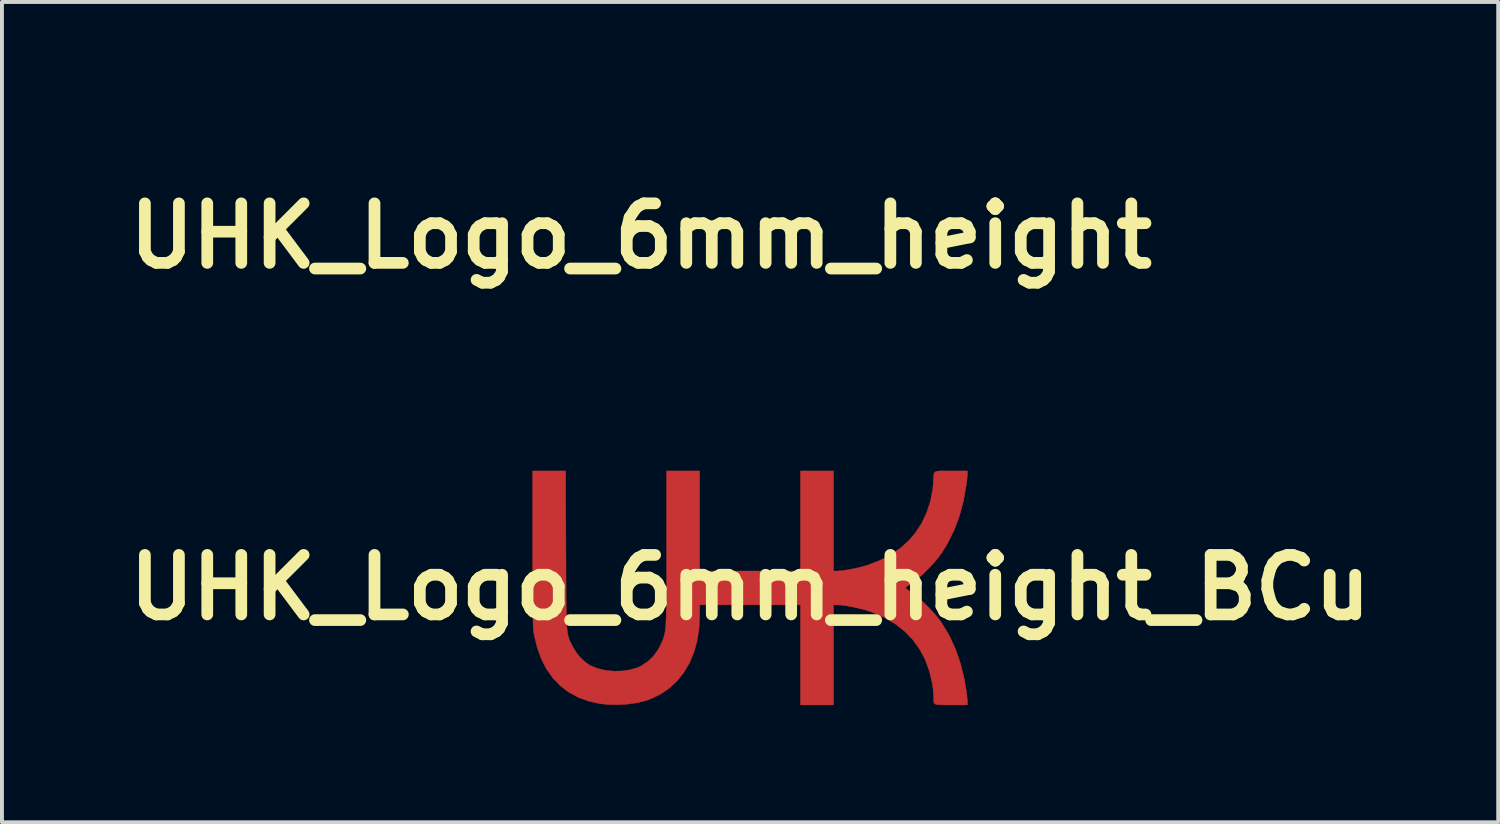
<source format=kicad_pcb>
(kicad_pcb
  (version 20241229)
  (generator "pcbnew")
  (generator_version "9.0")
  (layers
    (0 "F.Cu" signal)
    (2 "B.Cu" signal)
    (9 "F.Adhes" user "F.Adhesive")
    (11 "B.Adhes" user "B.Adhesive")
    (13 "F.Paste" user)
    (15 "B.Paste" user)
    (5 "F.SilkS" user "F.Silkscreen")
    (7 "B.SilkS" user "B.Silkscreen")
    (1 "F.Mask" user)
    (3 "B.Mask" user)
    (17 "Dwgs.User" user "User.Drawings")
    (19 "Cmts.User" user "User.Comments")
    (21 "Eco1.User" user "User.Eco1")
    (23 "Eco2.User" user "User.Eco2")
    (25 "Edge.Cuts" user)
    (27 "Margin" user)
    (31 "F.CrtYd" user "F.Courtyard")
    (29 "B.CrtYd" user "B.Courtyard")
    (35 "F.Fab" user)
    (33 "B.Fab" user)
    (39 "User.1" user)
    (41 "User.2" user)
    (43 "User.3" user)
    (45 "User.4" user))
  (footprint "UHK_Logo_6mm_height_BCu"
    (layer "F.Cu")
    (at 16.154 11.992)
    (property "Reference" "UHK_Logo_6mm_height_BCu" (at 0 0 0) (layer "F.SilkS") (effects (font (size 1.524 1.524) (thickness 0.3))))
    (attr through_hole)
    (fp_poly (pts (xy 5.022 -2.985) (xy 5.144 -2.985) (xy 5.567 -2.985) (xy 5.566 -2.916) (xy 5.563 -2.866) (xy 5.556 -2.786) (xy 5.545 -2.69) (xy 5.536 -2.625) (xy 5.464 -2.215) (xy 5.361 -1.832) (xy 5.227 -1.472) (xy 5.059 -1.133) (xy 4.909 -0.888) (xy 4.817 -0.763) (xy 4.701 -0.625) (xy 4.571 -0.485) (xy 4.435 -0.351) (xy 4.301 -0.231) (xy 4.18 -0.136) (xy 4.149 -0.115) (xy 4.077 -0.067) (xy 4.02 -0.027) (xy 3.985 -0.002) (xy 3.979 0.004) (xy 3.991 0.02) (xy 4.032 0.053) (xy 4.093 0.098) (xy 4.138 0.129) (xy 4.253 0.214) (xy 4.383 0.326) (xy 4.519 0.456) (xy 4.653 0.594) (xy 4.774 0.731) (xy 4.875 0.859) (xy 4.903 0.9) (xy 5.1 1.228) (xy 5.264 1.582) (xy 5.394 1.963) (xy 5.491 2.368) (xy 5.536 2.646) (xy 5.549 2.746) (xy 5.559 2.838) (xy 5.565 2.908) (xy 5.566 2.937) (xy 5.567 3.006) (xy 5.146 3.006) (xy 4.997 3.006) (xy 4.886 3.005) (xy 4.806 3.001) (xy 4.753 2.99) (xy 4.721 2.971) (xy 4.704 2.941) (xy 4.699 2.897) (xy 4.699 2.837) (xy 4.699 2.795) (xy 4.695 2.704) (xy 4.685 2.592) (xy 4.67 2.482) (xy 4.667 2.463) (xy 4.592 2.144) (xy 4.484 1.849) (xy 4.342 1.581) (xy 4.168 1.338) (xy 3.96 1.123) (xy 3.721 0.934) (xy 3.45 0.774) (xy 3.147 0.641) (xy 3.029 0.6) (xy 2.901 0.562) (xy 2.756 0.526) (xy 2.606 0.494) (xy 2.461 0.468) (xy 2.334 0.451) (xy 2.235 0.445) (xy 2.231 0.445) (xy 2.138 0.445) (xy 2.138 3.006) (xy 1.291 3.006) (xy 1.291 0.445) (xy -1.291 0.445) (xy -1.291 0.738) (xy -1.308 1.068) (xy -1.358 1.379) (xy -1.44 1.668) (xy -1.552 1.934) (xy -1.694 2.174) (xy -1.864 2.388) (xy -2.061 2.572) (xy -2.284 2.726) (xy -2.531 2.847) (xy -2.678 2.899) (xy -2.899 2.953) (xy -3.144 2.988) (xy -3.4 3.002) (xy -3.651 2.996) (xy -3.842 2.975) (xy -4.135 2.91) (xy -4.402 2.811) (xy -4.644 2.679) (xy -4.86 2.515) (xy -5.049 2.318) (xy -5.211 2.089) (xy -5.344 1.83) (xy -5.45 1.539) (xy -5.527 1.219) (xy -5.534 1.177) (xy -5.54 1.14) (xy -5.545 1.094) (xy -5.549 1.039) (xy -5.553 0.97) (xy -5.556 0.885) (xy -5.559 0.782) (xy -5.561 0.657) (xy -5.563 0.509) (xy -5.564 0.334) (xy -5.565 0.13) (xy -5.566 -0.106) (xy -5.567 -0.376) (xy -5.567 -0.684) (xy -5.567 -0.998) (xy -5.567 -2.985) (xy -4.722 -2.985) (xy -4.715 -0.968) (xy -4.713 -0.621) (xy -4.712 -0.314) (xy -4.711 -0.043) (xy -4.71 0.193) (xy -4.708 0.399) (xy -4.705 0.575) (xy -4.702 0.726) (xy -4.698 0.854) (xy -4.693 0.962) (xy -4.686 1.052) (xy -4.677 1.128) (xy -4.667 1.191) (xy -4.655 1.246) (xy -4.641 1.294) (xy -4.625 1.338) (xy -4.606 1.381) (xy -4.584 1.426) (xy -4.56 1.476) (xy -4.548 1.499) (xy -4.457 1.654) (xy -4.342 1.796) (xy -4.212 1.916) (xy -4.095 1.994) (xy -3.913 2.07) (xy -3.71 2.119) (xy -3.494 2.142) (xy -3.275 2.137) (xy -3.065 2.106) (xy -2.872 2.047) (xy -2.798 2.013) (xy -2.625 1.902) (xy -2.474 1.757) (xy -2.347 1.581) (xy -2.257 1.399) (xy -2.237 1.351) (xy -2.22 1.306) (xy -2.205 1.26) (xy -2.192 1.212) (xy -2.181 1.159) (xy -2.171 1.098) (xy -2.163 1.025) (xy -2.157 0.939) (xy -2.151 0.836) (xy -2.147 0.713) (xy -2.144 0.569) (xy -2.141 0.4) (xy -2.14 0.203) (xy -2.139 -0.024) (xy -2.138 -0.284) (xy -2.138 -0.581) (xy -2.138 -0.916) (xy -2.138 -1.029) (xy -2.138 -2.985) (xy -1.291 -2.985) (xy -1.291 -0.423) (xy 1.291 -0.423) (xy 1.291 -2.985) (xy 2.138 -2.985) (xy 2.138 -0.423) (xy 2.231 -0.423) (xy 2.324 -0.429) (xy 2.446 -0.445) (xy 2.585 -0.469) (xy 2.73 -0.499) (xy 2.869 -0.532) (xy 2.991 -0.567) (xy 3.005 -0.571) (xy 3.316 -0.691) (xy 3.598 -0.838) (xy 3.849 -1.009) (xy 4.067 -1.205) (xy 4.219 -1.381) (xy 4.39 -1.64) (xy 4.523 -1.918) (xy 4.619 -2.213) (xy 4.677 -2.525) (xy 4.691 -2.688) (xy 4.695 -2.788) (xy 4.699 -2.862) (xy 4.708 -2.916) (xy 4.728 -2.951) (xy 4.764 -2.972) (xy 4.821 -2.982) (xy 4.905 -2.986) (xy 5.022 -2.985)) (stroke (width 0.01) (type solid)) (fill yes) (layer "F.Cu"))
    (fp_poly (pts (xy 5.022 -2.985) (xy 5.144 -2.985) (xy 5.567 -2.985) (xy 5.566 -2.916) (xy 5.563 -2.866) (xy 5.556 -2.786) (xy 5.545 -2.69) (xy 5.536 -2.625) (xy 5.464 -2.215) (xy 5.361 -1.832) (xy 5.227 -1.472) (xy 5.059 -1.133) (xy 4.909 -0.888) (xy 4.817 -0.763) (xy 4.701 -0.625) (xy 4.571 -0.485) (xy 4.435 -0.351) (xy 4.301 -0.231) (xy 4.18 -0.136) (xy 4.149 -0.115) (xy 4.077 -0.067) (xy 4.02 -0.027) (xy 3.985 -0.002) (xy 3.979 0.004) (xy 3.991 0.02) (xy 4.032 0.053) (xy 4.093 0.098) (xy 4.138 0.129) (xy 4.253 0.214) (xy 4.383 0.326) (xy 4.519 0.456) (xy 4.653 0.594) (xy 4.774 0.731) (xy 4.875 0.859) (xy 4.903 0.9) (xy 5.1 1.228) (xy 5.264 1.582) (xy 5.394 1.963) (xy 5.491 2.368) (xy 5.536 2.646) (xy 5.549 2.746) (xy 5.559 2.838) (xy 5.565 2.908) (xy 5.566 2.937) (xy 5.567 3.006) (xy 5.146 3.006) (xy 4.997 3.006) (xy 4.886 3.005) (xy 4.806 3.001) (xy 4.753 2.99) (xy 4.721 2.971) (xy 4.704 2.941) (xy 4.699 2.897) (xy 4.699 2.837) (xy 4.699 2.795) (xy 4.695 2.704) (xy 4.685 2.592) (xy 4.67 2.482) (xy 4.667 2.463) (xy 4.592 2.144) (xy 4.484 1.849) (xy 4.342 1.581) (xy 4.168 1.338) (xy 3.96 1.123) (xy 3.721 0.934) (xy 3.45 0.774) (xy 3.147 0.641) (xy 3.029 0.6) (xy 2.901 0.562) (xy 2.756 0.526) (xy 2.606 0.494) (xy 2.461 0.468) (xy 2.334 0.451) (xy 2.235 0.445) (xy 2.231 0.445) (xy 2.138 0.445) (xy 2.138 3.006) (xy 1.291 3.006) (xy 1.291 0.445) (xy -1.291 0.445) (xy -1.291 0.738) (xy -1.308 1.068) (xy -1.358 1.379) (xy -1.44 1.668) (xy -1.552 1.934) (xy -1.694 2.174) (xy -1.864 2.388) (xy -2.061 2.572) (xy -2.284 2.726) (xy -2.531 2.847) (xy -2.678 2.899) (xy -2.899 2.953) (xy -3.144 2.988) (xy -3.4 3.002) (xy -3.651 2.996) (xy -3.842 2.975) (xy -4.135 2.91) (xy -4.402 2.811) (xy -4.644 2.679) (xy -4.86 2.515) (xy -5.049 2.318) (xy -5.211 2.089) (xy -5.344 1.83) (xy -5.45 1.539) (xy -5.527 1.219) (xy -5.534 1.177) (xy -5.54 1.14) (xy -5.545 1.094) (xy -5.549 1.039) (xy -5.553 0.97) (xy -5.556 0.885) (xy -5.559 0.782) (xy -5.561 0.657) (xy -5.563 0.509) (xy -5.564 0.334) (xy -5.565 0.13) (xy -5.566 -0.106) (xy -5.567 -0.376) (xy -5.567 -0.684) (xy -5.567 -0.998) (xy -5.567 -2.985) (xy -4.722 -2.985) (xy -4.715 -0.968) (xy -4.713 -0.621) (xy -4.712 -0.314) (xy -4.711 -0.043) (xy -4.71 0.193) (xy -4.708 0.399) (xy -4.705 0.575) (xy -4.702 0.726) (xy -4.698 0.854) (xy -4.693 0.962) (xy -4.686 1.052) (xy -4.677 1.128) (xy -4.667 1.191) (xy -4.655 1.246) (xy -4.641 1.294) (xy -4.625 1.338) (xy -4.606 1.381) (xy -4.584 1.426) (xy -4.56 1.476) (xy -4.548 1.499) (xy -4.457 1.654) (xy -4.342 1.796) (xy -4.212 1.916) (xy -4.095 1.994) (xy -3.913 2.07) (xy -3.71 2.119) (xy -3.494 2.142) (xy -3.275 2.137) (xy -3.065 2.106) (xy -2.872 2.047) (xy -2.798 2.013) (xy -2.625 1.902) (xy -2.474 1.757) (xy -2.347 1.581) (xy -2.257 1.399) (xy -2.237 1.351) (xy -2.22 1.306) (xy -2.205 1.26) (xy -2.192 1.212) (xy -2.181 1.159) (xy -2.171 1.098) (xy -2.163 1.025) (xy -2.157 0.939) (xy -2.151 0.836) (xy -2.147 0.713) (xy -2.144 0.569) (xy -2.141 0.4) (xy -2.14 0.203) (xy -2.139 -0.024) (xy -2.138 -0.284) (xy -2.138 -0.581) (xy -2.138 -0.916) (xy -2.138 -1.029) (xy -2.138 -2.985) (xy -1.291 -2.985) (xy -1.291 -0.423) (xy 1.291 -0.423) (xy 1.291 -2.985) (xy 2.138 -2.985) (xy 2.138 -0.423) (xy 2.231 -0.423) (xy 2.324 -0.429) (xy 2.446 -0.445) (xy 2.585 -0.469) (xy 2.73 -0.499) (xy 2.869 -0.532) (xy 2.991 -0.567) (xy 3.005 -0.571) (xy 3.316 -0.691) (xy 3.598 -0.838) (xy 3.849 -1.009) (xy 4.067 -1.205) (xy 4.219 -1.381) (xy 4.39 -1.64) (xy 4.523 -1.918) (xy 4.619 -2.213) (xy 4.677 -2.525) (xy 4.691 -2.688) (xy 4.695 -2.788) (xy 4.699 -2.862) (xy 4.708 -2.916) (xy 4.728 -2.951) (xy 4.764 -2.972) (xy 4.821 -2.982) (xy 4.905 -2.986) (xy 5.022 -2.985)) (stroke (width 0.01) (type solid)) (fill yes) (layer "F.Mask")))
  (footprint "UHK_Logo_6mm_height"
    (layer "F.Cu")
    (at 13.36 2.991)
    (property "Reference" "UHK_Logo_6mm_height" (at 0 0 0) (layer "F.SilkS") (effects (font (size 1.524 1.524) (thickness 0.3))))
    (attr through_hole)
    (fp_poly (pts (xy 5.022 -2.985) (xy 5.144 -2.985) (xy 5.567 -2.985) (xy 5.566 -2.916) (xy 5.563 -2.866) (xy 5.556 -2.786) (xy 5.545 -2.69) (xy 5.536 -2.625) (xy 5.464 -2.215) (xy 5.361 -1.832) (xy 5.227 -1.472) (xy 5.059 -1.133) (xy 4.909 -0.888) (xy 4.817 -0.763) (xy 4.701 -0.625) (xy 4.571 -0.485) (xy 4.435 -0.351) (xy 4.301 -0.231) (xy 4.18 -0.136) (xy 4.149 -0.115) (xy 4.077 -0.067) (xy 4.02 -0.027) (xy 3.985 -0.002) (xy 3.979 0.004) (xy 3.991 0.02) (xy 4.032 0.053) (xy 4.093 0.098) (xy 4.138 0.129) (xy 4.253 0.214) (xy 4.383 0.326) (xy 4.519 0.456) (xy 4.653 0.594) (xy 4.774 0.731) (xy 4.875 0.859) (xy 4.903 0.9) (xy 5.1 1.228) (xy 5.264 1.582) (xy 5.394 1.963) (xy 5.491 2.368) (xy 5.536 2.646) (xy 5.549 2.746) (xy 5.559 2.838) (xy 5.565 2.908) (xy 5.566 2.937) (xy 5.567 3.006) (xy 5.146 3.006) (xy 4.997 3.006) (xy 4.886 3.005) (xy 4.806 3.001) (xy 4.753 2.99) (xy 4.721 2.971) (xy 4.704 2.941) (xy 4.699 2.897) (xy 4.699 2.837) (xy 4.699 2.795) (xy 4.695 2.704) (xy 4.685 2.592) (xy 4.67 2.482) (xy 4.667 2.463) (xy 4.592 2.144) (xy 4.484 1.849) (xy 4.342 1.581) (xy 4.168 1.338) (xy 3.96 1.123) (xy 3.721 0.934) (xy 3.45 0.774) (xy 3.147 0.641) (xy 3.029 0.6) (xy 2.901 0.562) (xy 2.756 0.526) (xy 2.606 0.494) (xy 2.461 0.468) (xy 2.334 0.451) (xy 2.235 0.445) (xy 2.231 0.445) (xy 2.138 0.445) (xy 2.138 3.006) (xy 1.291 3.006) (xy 1.291 0.445) (xy -1.291 0.445) (xy -1.291 0.738) (xy -1.308 1.068) (xy -1.358 1.379) (xy -1.44 1.668) (xy -1.552 1.934) (xy -1.694 2.174) (xy -1.864 2.388) (xy -2.061 2.572) (xy -2.284 2.726) (xy -2.531 2.847) (xy -2.678 2.899) (xy -2.899 2.953) (xy -3.144 2.988) (xy -3.4 3.002) (xy -3.651 2.996) (xy -3.842 2.975) (xy -4.135 2.91) (xy -4.402 2.811) (xy -4.644 2.679) (xy -4.86 2.515) (xy -5.049 2.318) (xy -5.211 2.089) (xy -5.344 1.83) (xy -5.45 1.539) (xy -5.527 1.219) (xy -5.534 1.177) (xy -5.54 1.14) (xy -5.545 1.094) (xy -5.549 1.039) (xy -5.553 0.97) (xy -5.556 0.885) (xy -5.559 0.782) (xy -5.561 0.657) (xy -5.563 0.509) (xy -5.564 0.334) (xy -5.565 0.13) (xy -5.566 -0.106) (xy -5.567 -0.376) (xy -5.567 -0.684) (xy -5.567 -0.998) (xy -5.567 -2.985) (xy -4.722 -2.985) (xy -4.715 -0.968) (xy -4.713 -0.621) (xy -4.712 -0.314) (xy -4.711 -0.043) (xy -4.71 0.193) (xy -4.708 0.399) (xy -4.705 0.575) (xy -4.702 0.726) (xy -4.698 0.854) (xy -4.693 0.962) (xy -4.686 1.052) (xy -4.677 1.128) (xy -4.667 1.191) (xy -4.655 1.246) (xy -4.641 1.294) (xy -4.625 1.338) (xy -4.606 1.381) (xy -4.584 1.426) (xy -4.56 1.476) (xy -4.548 1.499) (xy -4.457 1.654) (xy -4.342 1.796) (xy -4.212 1.916) (xy -4.095 1.994) (xy -3.913 2.07) (xy -3.71 2.119) (xy -3.494 2.142) (xy -3.275 2.137) (xy -3.065 2.106) (xy -2.872 2.047) (xy -2.798 2.013) (xy -2.625 1.902) (xy -2.474 1.757) (xy -2.347 1.581) (xy -2.257 1.399) (xy -2.237 1.351) (xy -2.22 1.306) (xy -2.205 1.26) (xy -2.192 1.212) (xy -2.181 1.159) (xy -2.171 1.098) (xy -2.163 1.025) (xy -2.157 0.939) (xy -2.151 0.836) (xy -2.147 0.713) (xy -2.144 0.569) (xy -2.141 0.4) (xy -2.14 0.203) (xy -2.139 -0.024) (xy -2.138 -0.284) (xy -2.138 -0.581) (xy -2.138 -0.916) (xy -2.138 -1.029) (xy -2.138 -2.985) (xy -1.291 -2.985) (xy -1.291 -0.423) (xy 1.291 -0.423) (xy 1.291 -2.985) (xy 2.138 -2.985) (xy 2.138 -0.423) (xy 2.231 -0.423) (xy 2.324 -0.429) (xy 2.446 -0.445) (xy 2.585 -0.469) (xy 2.73 -0.499) (xy 2.869 -0.532) (xy 2.991 -0.567) (xy 3.005 -0.571) (xy 3.316 -0.691) (xy 3.598 -0.838) (xy 3.849 -1.009) (xy 4.067 -1.205) (xy 4.219 -1.381) (xy 4.39 -1.64) (xy 4.523 -1.918) (xy 4.619 -2.213) (xy 4.677 -2.525) (xy 4.691 -2.688) (xy 4.695 -2.788) (xy 4.699 -2.862) (xy 4.708 -2.916) (xy 4.728 -2.951) (xy 4.764 -2.972) (xy 4.821 -2.982) (xy 4.905 -2.986) (xy 5.022 -2.985)) (stroke (width 0.01) (type solid)) (fill yes) (layer "F.Mask")))
  (gr_rect
    (start -3 -3)
    (end 35.309 18.003)
    (stroke (width 0.1) (type default))
    (fill no)
    (layer "Edge.Cuts")))
</source>
